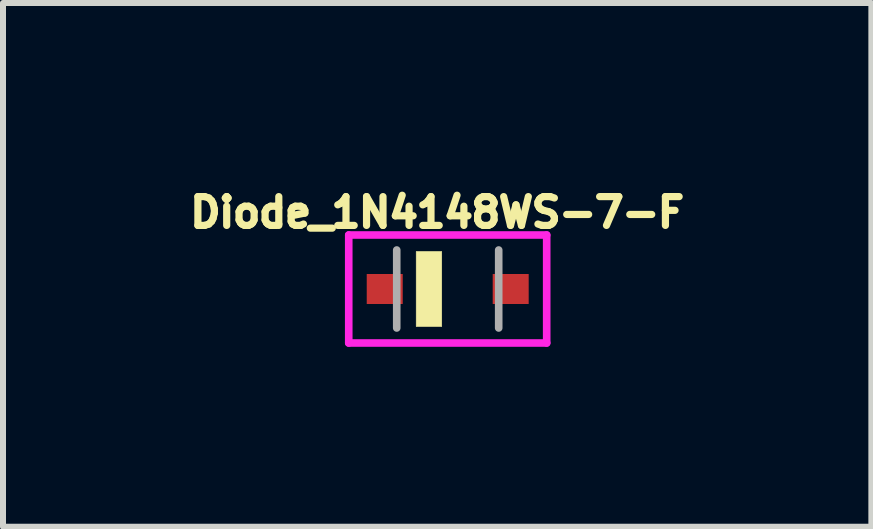
<source format=kicad_pcb>
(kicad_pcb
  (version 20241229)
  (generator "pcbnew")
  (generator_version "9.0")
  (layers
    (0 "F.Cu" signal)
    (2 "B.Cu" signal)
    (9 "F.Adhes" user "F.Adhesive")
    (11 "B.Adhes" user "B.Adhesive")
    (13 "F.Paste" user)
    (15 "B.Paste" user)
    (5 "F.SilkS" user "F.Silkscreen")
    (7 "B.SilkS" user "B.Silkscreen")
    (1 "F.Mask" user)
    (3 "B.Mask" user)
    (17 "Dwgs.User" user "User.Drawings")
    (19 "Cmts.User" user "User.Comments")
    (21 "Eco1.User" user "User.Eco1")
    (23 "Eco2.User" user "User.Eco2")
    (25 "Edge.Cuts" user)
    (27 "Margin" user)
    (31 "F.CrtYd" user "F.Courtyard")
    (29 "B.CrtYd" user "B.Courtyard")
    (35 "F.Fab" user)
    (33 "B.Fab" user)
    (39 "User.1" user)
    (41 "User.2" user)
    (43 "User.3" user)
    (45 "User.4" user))
  (footprint "Diode_1N4148WS-7-F"
    (layer "F.Cu")
    (at 4.414 1.768)
    (property "Reference" "Diode_1N4148WS-7-F" (at -0.176 -1.276 0) (layer "F.SilkS") (effects (font (size 0.48 0.48) (thickness 0.15))))
    (attr through_hole)
    (fp_poly (pts (xy -0.525 -0.625) (xy -0.1 -0.625) (xy -0.1 0.625) (xy -0.525 0.625)) (stroke (width 0.01) (type solid)) (fill yes) (layer "F.SilkS"))
    (fp_line (start -1.65 -0.9) (end -1.65 0.9) (stroke (width 0.127) (type solid)) (layer "F.CrtYd"))
    (fp_line (start -1.65 0.9) (end 1.65 0.9) (stroke (width 0.127) (type solid)) (layer "F.CrtYd"))
    (fp_line (start 1.65 -0.9) (end -1.65 -0.9) (stroke (width 0.127) (type solid)) (layer "F.CrtYd"))
    (fp_line (start 1.65 0.9) (end 1.65 -0.9) (stroke (width 0.127) (type solid)) (layer "F.CrtYd"))
    (fp_line (start -0.85 0.65) (end -0.85 -0.65) (stroke (width 0.127) (type solid)) (layer "F.Fab"))
    (fp_line (start 0.85 -0.65) (end 0.85 0.65) (stroke (width 0.127) (type solid)) (layer "F.Fab"))
    (pad "A" smd rect (at 1.05 0) (size 0.6 0.5) (layers "F.Cu" "F.Mask" "F.Paste"))
    (pad "C" smd rect (at -1.05 0) (size 0.6 0.5) (layers "F.Cu" "F.Mask" "F.Paste")))
  (gr_rect
    (start -3 -3)
    (end 11.477 5.731)
    (stroke (width 0.1) (type default))
    (fill no)
    (layer "Edge.Cuts")))
</source>
